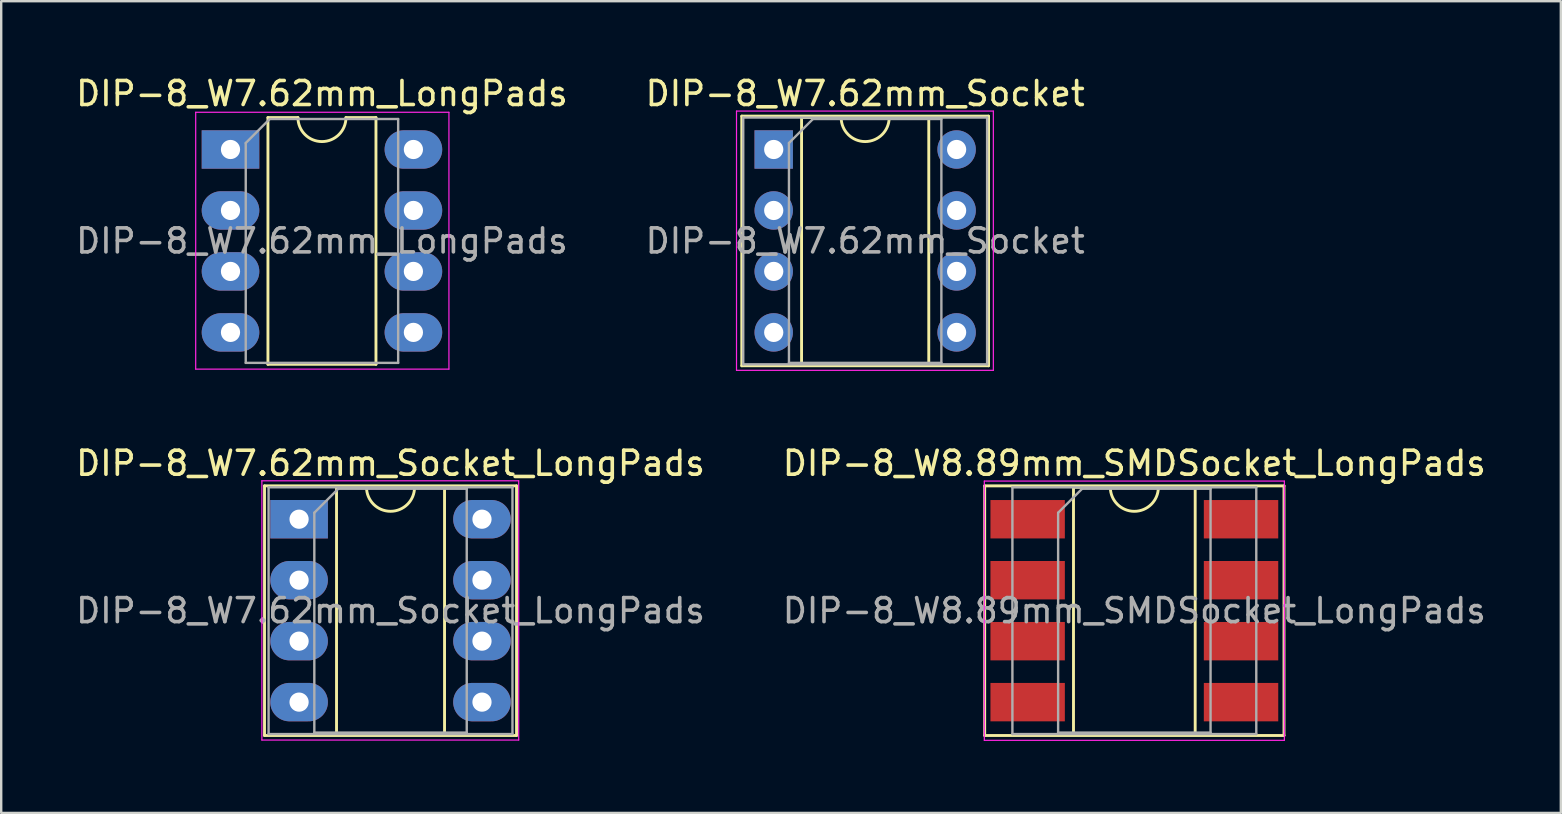
<source format=kicad_pcb>
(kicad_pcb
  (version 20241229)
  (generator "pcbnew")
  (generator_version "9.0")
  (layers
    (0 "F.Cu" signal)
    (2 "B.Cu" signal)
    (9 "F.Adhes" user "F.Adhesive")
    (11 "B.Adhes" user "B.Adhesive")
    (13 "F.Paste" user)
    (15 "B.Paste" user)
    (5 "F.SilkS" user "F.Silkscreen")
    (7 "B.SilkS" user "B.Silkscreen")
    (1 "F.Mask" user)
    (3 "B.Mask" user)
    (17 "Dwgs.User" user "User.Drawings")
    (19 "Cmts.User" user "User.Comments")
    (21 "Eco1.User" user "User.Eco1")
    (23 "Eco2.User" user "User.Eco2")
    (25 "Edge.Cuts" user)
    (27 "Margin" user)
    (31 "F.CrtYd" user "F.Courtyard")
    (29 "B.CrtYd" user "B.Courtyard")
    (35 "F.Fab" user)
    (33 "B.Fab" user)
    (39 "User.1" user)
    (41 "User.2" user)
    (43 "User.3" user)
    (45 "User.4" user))
  (footprint "DIP-8_W8.89mm_SMDSocket_LongPads"
    (layer "F.Cu")
    (at 44.208 22.392)
    (property "Reference" "DIP-8_W8.89mm_SMDSocket_LongPads" (at 0 -6.14 0) (layer "F.SilkS") (effects (font (size 1 1) (thickness 0.15))))
    (attr smd)
    (fp_line (start -6.235 -5.2) (end -6.235 5.2) (stroke (width 0.12) (type solid)) (layer "F.SilkS"))
    (fp_line (start -6.235 5.2) (end 6.235 5.2) (stroke (width 0.12) (type solid)) (layer "F.SilkS"))
    (fp_line (start -2.535 -5.14) (end -2.535 5.14) (stroke (width 0.12) (type solid)) (layer "F.SilkS"))
    (fp_line (start -2.535 5.14) (end 2.535 5.14) (stroke (width 0.12) (type solid)) (layer "F.SilkS"))
    (fp_line (start -1 -5.14) (end -2.535 -5.14) (stroke (width 0.12) (type solid)) (layer "F.SilkS"))
    (fp_line (start 2.535 -5.14) (end 1 -5.14) (stroke (width 0.12) (type solid)) (layer "F.SilkS"))
    (fp_line (start 2.535 5.14) (end 2.535 -5.14) (stroke (width 0.12) (type solid)) (layer "F.SilkS"))
    (fp_line (start 6.235 -5.2) (end -6.235 -5.2) (stroke (width 0.12) (type solid)) (layer "F.SilkS"))
    (fp_line (start 6.235 5.2) (end 6.235 -5.2) (stroke (width 0.12) (type solid)) (layer "F.SilkS"))
    (fp_arc (start 1 -5.14) (mid 0 -4.14) (end -1 -5.14) (stroke (width 0.12) (type solid)) (layer "F.SilkS"))
    (fp_line (start -6.25 -5.4) (end -6.25 5.4) (stroke (width 0.05) (type solid)) (layer "F.CrtYd"))
    (fp_line (start -6.25 5.4) (end 6.25 5.4) (stroke (width 0.05) (type solid)) (layer "F.CrtYd"))
    (fp_line (start 6.25 -5.4) (end -6.25 -5.4) (stroke (width 0.05) (type solid)) (layer "F.CrtYd"))
    (fp_line (start 6.25 5.4) (end 6.25 -5.4) (stroke (width 0.05) (type solid)) (layer "F.CrtYd"))
    (fp_line (start -5.08 -5.14) (end -5.08 5.14) (stroke (width 0.1) (type solid)) (layer "F.Fab"))
    (fp_line (start -5.08 5.14) (end 5.08 5.14) (stroke (width 0.1) (type solid)) (layer "F.Fab"))
    (fp_line (start -3.175 -4.08) (end -2.175 -5.08) (stroke (width 0.1) (type solid)) (layer "F.Fab"))
    (fp_line (start -3.175 5.08) (end -3.175 -4.08) (stroke (width 0.1) (type solid)) (layer "F.Fab"))
    (fp_line (start -2.175 -5.08) (end 3.175 -5.08) (stroke (width 0.1) (type solid)) (layer "F.Fab"))
    (fp_line (start 3.175 -5.08) (end 3.175 5.08) (stroke (width 0.1) (type solid)) (layer "F.Fab"))
    (fp_line (start 3.175 5.08) (end -3.175 5.08) (stroke (width 0.1) (type solid)) (layer "F.Fab"))
    (fp_line (start 5.08 -5.14) (end -5.08 -5.14) (stroke (width 0.1) (type solid)) (layer "F.Fab"))
    (fp_line (start 5.08 5.14) (end 5.08 -5.14) (stroke (width 0.1) (type solid)) (layer "F.Fab"))
    (fp_text user "${REFERENCE}" (at 0 0 0) (layer "F.Fab") (effects (font (size 1 1) (thickness 0.15))))
    (pad "1" smd rect (at -4.445 -3.81) (size 3.1 1.6) (layers "F.Cu" "F.Mask" "F.Paste"))
    (pad "2" smd rect (at -4.445 -1.27) (size 3.1 1.6) (layers "F.Cu" "F.Mask" "F.Paste"))
    (pad "3" smd rect (at -4.445 1.27) (size 3.1 1.6) (layers "F.Cu" "F.Mask" "F.Paste"))
    (pad "4" smd rect (at -4.445 3.81) (size 3.1 1.6) (layers "F.Cu" "F.Mask" "F.Paste"))
    (pad "5" smd rect (at 4.445 3.81) (size 3.1 1.6) (layers "F.Cu" "F.Mask" "F.Paste"))
    (pad "6" smd rect (at 4.445 1.27) (size 3.1 1.6) (layers "F.Cu" "F.Mask" "F.Paste"))
    (pad "7" smd rect (at 4.445 -1.27) (size 3.1 1.6) (layers "F.Cu" "F.Mask" "F.Paste"))
    (pad "8" smd rect (at 4.445 -3.81) (size 3.1 1.6) (layers "F.Cu" "F.Mask" "F.Paste")))
  (footprint "DIP-8_W7.62mm_Socket"
    (layer "F.Cu")
    (at 29.184 3.178)
    (property "Reference" "DIP-8_W7.62mm_Socket" (at 3.81 -2.33 0) (layer "F.SilkS") (effects (font (size 1 1) (thickness 0.15))))
    (attr through_hole)
    (fp_line (start -1.33 -1.39) (end -1.33 9.01) (stroke (width 0.12) (type solid)) (layer "F.SilkS"))
    (fp_line (start -1.33 9.01) (end 8.95 9.01) (stroke (width 0.12) (type solid)) (layer "F.SilkS"))
    (fp_line (start 1.16 -1.33) (end 1.16 8.95) (stroke (width 0.12) (type solid)) (layer "F.SilkS"))
    (fp_line (start 1.16 8.95) (end 6.46 8.95) (stroke (width 0.12) (type solid)) (layer "F.SilkS"))
    (fp_line (start 2.81 -1.33) (end 1.16 -1.33) (stroke (width 0.12) (type solid)) (layer "F.SilkS"))
    (fp_line (start 6.46 -1.33) (end 4.81 -1.33) (stroke (width 0.12) (type solid)) (layer "F.SilkS"))
    (fp_line (start 6.46 8.95) (end 6.46 -1.33) (stroke (width 0.12) (type solid)) (layer "F.SilkS"))
    (fp_line (start 8.95 -1.39) (end -1.33 -1.39) (stroke (width 0.12) (type solid)) (layer "F.SilkS"))
    (fp_line (start 8.95 9.01) (end 8.95 -1.39) (stroke (width 0.12) (type solid)) (layer "F.SilkS"))
    (fp_arc (start 4.81 -1.33) (mid 3.81 -0.33) (end 2.81 -1.33) (stroke (width 0.12) (type solid)) (layer "F.SilkS"))
    (fp_line (start -1.55 -1.6) (end -1.55 9.2) (stroke (width 0.05) (type solid)) (layer "F.CrtYd"))
    (fp_line (start -1.55 9.2) (end 9.15 9.2) (stroke (width 0.05) (type solid)) (layer "F.CrtYd"))
    (fp_line (start 9.15 -1.6) (end -1.55 -1.6) (stroke (width 0.05) (type solid)) (layer "F.CrtYd"))
    (fp_line (start 9.15 9.2) (end 9.15 -1.6) (stroke (width 0.05) (type solid)) (layer "F.CrtYd"))
    (fp_line (start -1.27 -1.33) (end -1.27 8.95) (stroke (width 0.1) (type solid)) (layer "F.Fab"))
    (fp_line (start -1.27 8.95) (end 8.89 8.95) (stroke (width 0.1) (type solid)) (layer "F.Fab"))
    (fp_line (start 0.635 -0.27) (end 1.635 -1.27) (stroke (width 0.1) (type solid)) (layer "F.Fab"))
    (fp_line (start 0.635 8.89) (end 0.635 -0.27) (stroke (width 0.1) (type solid)) (layer "F.Fab"))
    (fp_line (start 1.635 -1.27) (end 6.985 -1.27) (stroke (width 0.1) (type solid)) (layer "F.Fab"))
    (fp_line (start 6.985 -1.27) (end 6.985 8.89) (stroke (width 0.1) (type solid)) (layer "F.Fab"))
    (fp_line (start 6.985 8.89) (end 0.635 8.89) (stroke (width 0.1) (type solid)) (layer "F.Fab"))
    (fp_line (start 8.89 -1.33) (end -1.27 -1.33) (stroke (width 0.1) (type solid)) (layer "F.Fab"))
    (fp_line (start 8.89 8.95) (end 8.89 -1.33) (stroke (width 0.1) (type solid)) (layer "F.Fab"))
    (fp_text user "${REFERENCE}" (at 3.81 3.81 0) (layer "F.Fab") (effects (font (size 1 1) (thickness 0.15))))
    (pad "1" thru_hole rect (at 0 0) (size 1.6 1.6) (drill 0.8) (layers "*.Cu" "*.Mask"))
    (pad "2" thru_hole oval (at 0 2.54) (size 1.6 1.6) (drill 0.8) (layers "*.Cu" "*.Mask"))
    (pad "3" thru_hole oval (at 0 5.08) (size 1.6 1.6) (drill 0.8) (layers "*.Cu" "*.Mask"))
    (pad "4" thru_hole oval (at 0 7.62) (size 1.6 1.6) (drill 0.8) (layers "*.Cu" "*.Mask"))
    (pad "5" thru_hole oval (at 7.62 7.62) (size 1.6 1.6) (drill 0.8) (layers "*.Cu" "*.Mask"))
    (pad "6" thru_hole oval (at 7.62 5.08) (size 1.6 1.6) (drill 0.8) (layers "*.Cu" "*.Mask"))
    (pad "7" thru_hole oval (at 7.62 2.54) (size 1.6 1.6) (drill 0.8) (layers "*.Cu" "*.Mask"))
    (pad "8" thru_hole oval (at 7.62 0) (size 1.6 1.6) (drill 0.8) (layers "*.Cu" "*.Mask")))
  (footprint "DIP-8_W7.62mm_Socket_LongPads"
    (layer "F.Cu")
    (at 9.41 18.581)
    (property "Reference" "DIP-8_W7.62mm_Socket_LongPads" (at 3.81 -2.33 0) (layer "F.SilkS") (effects (font (size 1 1) (thickness 0.15))))
    (attr through_hole)
    (fp_line (start -1.44 -1.39) (end -1.44 9.01) (stroke (width 0.12) (type solid)) (layer "F.SilkS"))
    (fp_line (start -1.44 9.01) (end 9.06 9.01) (stroke (width 0.12) (type solid)) (layer "F.SilkS"))
    (fp_line (start 1.56 -1.33) (end 1.56 8.95) (stroke (width 0.12) (type solid)) (layer "F.SilkS"))
    (fp_line (start 1.56 8.95) (end 6.06 8.95) (stroke (width 0.12) (type solid)) (layer "F.SilkS"))
    (fp_line (start 2.81 -1.33) (end 1.56 -1.33) (stroke (width 0.12) (type solid)) (layer "F.SilkS"))
    (fp_line (start 6.06 -1.33) (end 4.81 -1.33) (stroke (width 0.12) (type solid)) (layer "F.SilkS"))
    (fp_line (start 6.06 8.95) (end 6.06 -1.33) (stroke (width 0.12) (type solid)) (layer "F.SilkS"))
    (fp_line (start 9.06 -1.39) (end -1.44 -1.39) (stroke (width 0.12) (type solid)) (layer "F.SilkS"))
    (fp_line (start 9.06 9.01) (end 9.06 -1.39) (stroke (width 0.12) (type solid)) (layer "F.SilkS"))
    (fp_arc (start 4.81 -1.33) (mid 3.81 -0.33) (end 2.81 -1.33) (stroke (width 0.12) (type solid)) (layer "F.SilkS"))
    (fp_line (start -1.55 -1.6) (end -1.55 9.2) (stroke (width 0.05) (type solid)) (layer "F.CrtYd"))
    (fp_line (start -1.55 9.2) (end 9.15 9.2) (stroke (width 0.05) (type solid)) (layer "F.CrtYd"))
    (fp_line (start 9.15 -1.6) (end -1.55 -1.6) (stroke (width 0.05) (type solid)) (layer "F.CrtYd"))
    (fp_line (start 9.15 9.2) (end 9.15 -1.6) (stroke (width 0.05) (type solid)) (layer "F.CrtYd"))
    (fp_line (start -1.27 -1.33) (end -1.27 8.95) (stroke (width 0.1) (type solid)) (layer "F.Fab"))
    (fp_line (start -1.27 8.95) (end 8.89 8.95) (stroke (width 0.1) (type solid)) (layer "F.Fab"))
    (fp_line (start 0.635 -0.27) (end 1.635 -1.27) (stroke (width 0.1) (type solid)) (layer "F.Fab"))
    (fp_line (start 0.635 8.89) (end 0.635 -0.27) (stroke (width 0.1) (type solid)) (layer "F.Fab"))
    (fp_line (start 1.635 -1.27) (end 6.985 -1.27) (stroke (width 0.1) (type solid)) (layer "F.Fab"))
    (fp_line (start 6.985 -1.27) (end 6.985 8.89) (stroke (width 0.1) (type solid)) (layer "F.Fab"))
    (fp_line (start 6.985 8.89) (end 0.635 8.89) (stroke (width 0.1) (type solid)) (layer "F.Fab"))
    (fp_line (start 8.89 -1.33) (end -1.27 -1.33) (stroke (width 0.1) (type solid)) (layer "F.Fab"))
    (fp_line (start 8.89 8.95) (end 8.89 -1.33) (stroke (width 0.1) (type solid)) (layer "F.Fab"))
    (fp_text user "${REFERENCE}" (at 3.81 3.81 0) (layer "F.Fab") (effects (font (size 1 1) (thickness 0.15))))
    (pad "1" thru_hole rect (at 0 0) (size 2.4 1.6) (drill 0.8) (layers "*.Cu" "*.Mask"))
    (pad "2" thru_hole oval (at 0 2.54) (size 2.4 1.6) (drill 0.8) (layers "*.Cu" "*.Mask"))
    (pad "3" thru_hole oval (at 0 5.08) (size 2.4 1.6) (drill 0.8) (layers "*.Cu" "*.Mask"))
    (pad "4" thru_hole oval (at 0 7.62) (size 2.4 1.6) (drill 0.8) (layers "*.Cu" "*.Mask"))
    (pad "5" thru_hole oval (at 7.62 7.62) (size 2.4 1.6) (drill 0.8) (layers "*.Cu" "*.Mask"))
    (pad "6" thru_hole oval (at 7.62 5.08) (size 2.4 1.6) (drill 0.8) (layers "*.Cu" "*.Mask"))
    (pad "7" thru_hole oval (at 7.62 2.54) (size 2.4 1.6) (drill 0.8) (layers "*.Cu" "*.Mask"))
    (pad "8" thru_hole oval (at 7.62 0) (size 2.4 1.6) (drill 0.8) (layers "*.Cu" "*.Mask")))
  (footprint "DIP-8_W7.62mm_LongPads"
    (layer "F.Cu")
    (at 6.553 3.178)
    (property "Reference" "DIP-8_W7.62mm_LongPads" (at 3.81 -2.33 0) (layer "F.SilkS") (effects (font (size 1 1) (thickness 0.15))))
    (attr through_hole)
    (fp_line (start 1.56 -1.33) (end 1.56 8.95) (stroke (width 0.12) (type solid)) (layer "F.SilkS"))
    (fp_line (start 1.56 8.95) (end 6.06 8.95) (stroke (width 0.12) (type solid)) (layer "F.SilkS"))
    (fp_line (start 2.81 -1.33) (end 1.56 -1.33) (stroke (width 0.12) (type solid)) (layer "F.SilkS"))
    (fp_line (start 6.06 -1.33) (end 4.81 -1.33) (stroke (width 0.12) (type solid)) (layer "F.SilkS"))
    (fp_line (start 6.06 8.95) (end 6.06 -1.33) (stroke (width 0.12) (type solid)) (layer "F.SilkS"))
    (fp_arc (start 4.81 -1.33) (mid 3.81 -0.33) (end 2.81 -1.33) (stroke (width 0.12) (type solid)) (layer "F.SilkS"))
    (fp_line (start -1.45 -1.55) (end -1.45 9.15) (stroke (width 0.05) (type solid)) (layer "F.CrtYd"))
    (fp_line (start -1.45 9.15) (end 9.1 9.15) (stroke (width 0.05) (type solid)) (layer "F.CrtYd"))
    (fp_line (start 9.1 -1.55) (end -1.45 -1.55) (stroke (width 0.05) (type solid)) (layer "F.CrtYd"))
    (fp_line (start 9.1 9.15) (end 9.1 -1.55) (stroke (width 0.05) (type solid)) (layer "F.CrtYd"))
    (fp_line (start 0.635 -0.27) (end 1.635 -1.27) (stroke (width 0.1) (type solid)) (layer "F.Fab"))
    (fp_line (start 0.635 8.89) (end 0.635 -0.27) (stroke (width 0.1) (type solid)) (layer "F.Fab"))
    (fp_line (start 1.635 -1.27) (end 6.985 -1.27) (stroke (width 0.1) (type solid)) (layer "F.Fab"))
    (fp_line (start 6.985 -1.27) (end 6.985 8.89) (stroke (width 0.1) (type solid)) (layer "F.Fab"))
    (fp_line (start 6.985 8.89) (end 0.635 8.89) (stroke (width 0.1) (type solid)) (layer "F.Fab"))
    (fp_text user "${REFERENCE}" (at 3.81 3.81 0) (layer "F.Fab") (effects (font (size 1 1) (thickness 0.15))))
    (pad "1" thru_hole rect (at 0 0) (size 2.4 1.6) (drill 0.8) (layers "*.Cu" "*.Mask"))
    (pad "2" thru_hole oval (at 0 2.54) (size 2.4 1.6) (drill 0.8) (layers "*.Cu" "*.Mask"))
    (pad "3" thru_hole oval (at 0 5.08) (size 2.4 1.6) (drill 0.8) (layers "*.Cu" "*.Mask"))
    (pad "4" thru_hole oval (at 0 7.62) (size 2.4 1.6) (drill 0.8) (layers "*.Cu" "*.Mask"))
    (pad "5" thru_hole oval (at 7.62 7.62) (size 2.4 1.6) (drill 0.8) (layers "*.Cu" "*.Mask"))
    (pad "6" thru_hole oval (at 7.62 5.08) (size 2.4 1.6) (drill 0.8) (layers "*.Cu" "*.Mask"))
    (pad "7" thru_hole oval (at 7.62 2.54) (size 2.4 1.6) (drill 0.8) (layers "*.Cu" "*.Mask"))
    (pad "8" thru_hole oval (at 7.62 0) (size 2.4 1.6) (drill 0.8) (layers "*.Cu" "*.Mask")))
  (gr_rect
    (start -3 -3)
    (end 61.976 30.817)
    (stroke (width 0.1) (type default))
    (fill no)
    (layer "Edge.Cuts")))
</source>
